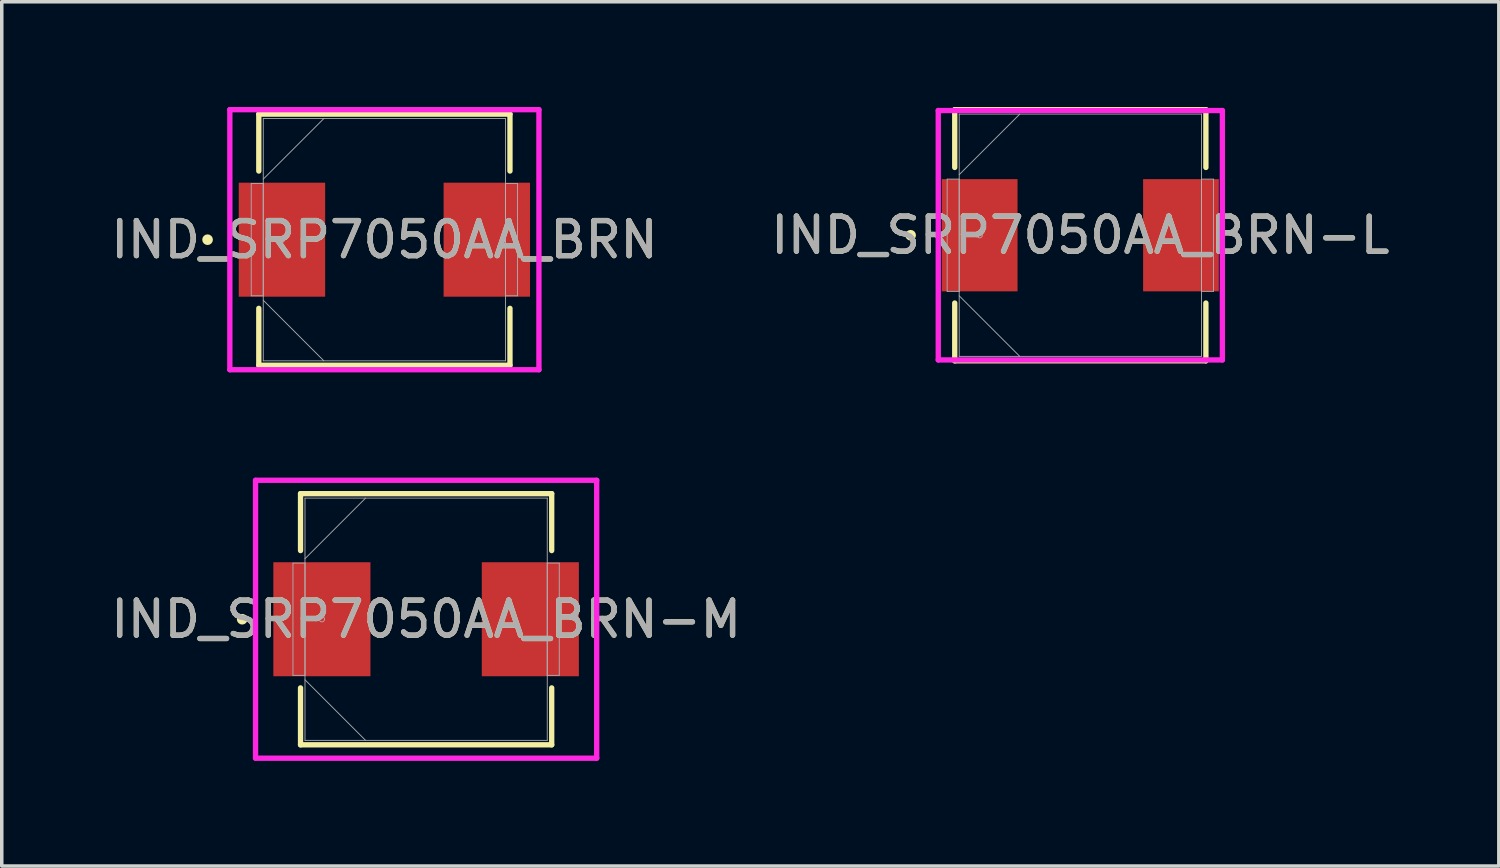
<source format=kicad_pcb>
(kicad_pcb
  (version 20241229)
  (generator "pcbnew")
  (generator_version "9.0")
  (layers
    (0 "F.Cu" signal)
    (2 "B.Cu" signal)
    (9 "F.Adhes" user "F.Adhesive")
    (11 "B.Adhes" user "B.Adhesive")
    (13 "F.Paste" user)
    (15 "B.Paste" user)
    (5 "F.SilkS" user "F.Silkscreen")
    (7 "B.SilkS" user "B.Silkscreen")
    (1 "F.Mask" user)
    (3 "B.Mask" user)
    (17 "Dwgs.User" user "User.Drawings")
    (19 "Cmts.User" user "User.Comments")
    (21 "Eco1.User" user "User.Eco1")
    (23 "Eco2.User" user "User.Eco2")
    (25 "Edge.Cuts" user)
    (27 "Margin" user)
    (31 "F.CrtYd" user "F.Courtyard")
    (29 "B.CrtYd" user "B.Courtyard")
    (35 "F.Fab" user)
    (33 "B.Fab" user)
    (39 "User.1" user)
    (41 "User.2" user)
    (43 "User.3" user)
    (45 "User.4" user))
  (footprint "IND_SRP7050AA_BRN-L"
    (layer "F.Cu")
    (at 27.756 3.658)
    (property "Reference" "IND_SRP7050AA_BRN-L" (at 0 0 0) (unlocked yes) (layer "F.SilkS") (effects (font (size 1 1) (thickness 0.15))))
    (attr smd)
    (fp_line (start -3.581 -3.581) (end -3.581 -1.933) (stroke (width 0.152) (type solid)) (layer "F.SilkS"))
    (fp_line (start -3.581 1.933) (end -3.581 3.581) (stroke (width 0.152) (type solid)) (layer "F.SilkS"))
    (fp_line (start -3.581 3.581) (end 3.581 3.581) (stroke (width 0.152) (type solid)) (layer "F.SilkS"))
    (fp_line (start 3.581 -3.581) (end -3.581 -3.581) (stroke (width 0.152) (type solid)) (layer "F.SilkS"))
    (fp_line (start 3.581 -1.933) (end 3.581 -3.581) (stroke (width 0.152) (type solid)) (layer "F.SilkS"))
    (fp_line (start 3.581 3.581) (end 3.581 1.933) (stroke (width 0.152) (type solid)) (layer "F.SilkS"))
    (fp_circle (center -4.839 0) (end -4.763 0) (stroke (width 0.152) (type solid)) (fill no) (layer "F.SilkS"))
    (fp_line (start -4.051 -3.556) (end 4.051 -3.556) (stroke (width 0.152) (type solid)) (layer "F.CrtYd"))
    (fp_line (start -4.051 3.556) (end -4.051 -3.556) (stroke (width 0.152) (type solid)) (layer "F.CrtYd"))
    (fp_line (start 4.051 -3.556) (end 4.051 3.556) (stroke (width 0.152) (type solid)) (layer "F.CrtYd"))
    (fp_line (start 4.051 3.556) (end -4.051 3.556) (stroke (width 0.152) (type solid)) (layer "F.CrtYd"))
    (fp_line (start -3.797 -1.6) (end -3.797 1.6) (stroke (width 0.025) (type solid)) (layer "F.Fab"))
    (fp_line (start -3.797 1.6) (end -3.454 1.6) (stroke (width 0.025) (type solid)) (layer "F.Fab"))
    (fp_line (start -3.454 -3.454) (end -3.454 3.454) (stroke (width 0.025) (type solid)) (layer "F.Fab"))
    (fp_line (start -3.454 -1.727) (end -1.727 -3.454) (stroke (width 0.025) (type solid)) (layer "F.Fab"))
    (fp_line (start -3.454 -1.6) (end -3.797 -1.6) (stroke (width 0.025) (type solid)) (layer "F.Fab"))
    (fp_line (start -3.454 1.6) (end -3.454 -1.6) (stroke (width 0.025) (type solid)) (layer "F.Fab"))
    (fp_line (start -3.454 1.727) (end -1.727 3.454) (stroke (width 0.025) (type solid)) (layer "F.Fab"))
    (fp_line (start -3.454 3.454) (end 3.454 3.454) (stroke (width 0.025) (type solid)) (layer "F.Fab"))
    (fp_line (start 3.454 -3.454) (end -3.454 -3.454) (stroke (width 0.025) (type solid)) (layer "F.Fab"))
    (fp_line (start 3.454 -1.6) (end 3.454 1.6) (stroke (width 0.025) (type solid)) (layer "F.Fab"))
    (fp_line (start 3.454 1.6) (end 3.797 1.6) (stroke (width 0.025) (type solid)) (layer "F.Fab"))
    (fp_line (start 3.454 3.454) (end 3.454 -3.454) (stroke (width 0.025) (type solid)) (layer "F.Fab"))
    (fp_line (start 3.797 -1.6) (end 3.454 -1.6) (stroke (width 0.025) (type solid)) (layer "F.Fab"))
    (fp_line (start 3.797 1.6) (end 3.797 -1.6) (stroke (width 0.025) (type solid)) (layer "F.Fab"))
    (fp_circle (center -2.87 0) (end -2.794 0) (stroke (width 0.025) (type solid)) (fill no) (layer "F.Fab"))
    (fp_text user "${REFERENCE}" (at 0 0 0) (unlocked yes) (layer "F.Fab") (effects (font (size 1 1) (thickness 0.15))))
    (pad "1" smd rect (at -2.87 0) (size 2.159 3.2) (layers "F.Cu" "F.Mask" "F.Paste"))
    (pad "2" smd rect (at 2.87 0) (size 2.159 3.2) (layers "F.Cu" "F.Mask" "F.Paste"))
    (zone (net_name "") (layer "F.Cu") (hatch full 0.508) (connect_pads) (min_thickness 0.254) (filled_areas_thickness no) (keepout (tracks not_allowed) (vias not_allowed) (pads allowed) (copperpour not_allowed) (footprints allowed)) (placement (enabled no)) (fill) (polygon (pts (xy 26.016 0.254) (xy 29.496 0.254) (xy 29.496 7.061) (xy 26.016 7.061)))))
  (footprint "IND_SRP7050AA_BRN"
    (layer "F.Cu")
    (at 7.911 3.785)
    (property "Reference" "IND_SRP7050AA_BRN" (at 0 0 0) (unlocked yes) (layer "F.SilkS") (effects (font (size 1 1) (thickness 0.15))))
    (attr smd)
    (fp_line (start -3.581 -3.581) (end -3.581 -1.958) (stroke (width 0.152) (type solid)) (layer "F.SilkS"))
    (fp_line (start -3.581 1.958) (end -3.581 3.581) (stroke (width 0.152) (type solid)) (layer "F.SilkS"))
    (fp_line (start -3.581 3.581) (end 3.581 3.581) (stroke (width 0.152) (type solid)) (layer "F.SilkS"))
    (fp_line (start 3.581 -3.581) (end -3.581 -3.581) (stroke (width 0.152) (type solid)) (layer "F.SilkS"))
    (fp_line (start 3.581 -1.958) (end 3.581 -3.581) (stroke (width 0.152) (type solid)) (layer "F.SilkS"))
    (fp_line (start 3.581 3.581) (end 3.581 1.958) (stroke (width 0.152) (type solid)) (layer "F.SilkS"))
    (fp_circle (center -5.042 0) (end -4.966 0) (stroke (width 0.152) (type solid)) (fill no) (layer "F.SilkS"))
    (fp_line (start -4.407 -3.708) (end 4.407 -3.708) (stroke (width 0.152) (type solid)) (layer "F.CrtYd"))
    (fp_line (start -4.407 3.708) (end -4.407 -3.708) (stroke (width 0.152) (type solid)) (layer "F.CrtYd"))
    (fp_line (start 4.407 -3.708) (end 4.407 3.708) (stroke (width 0.152) (type solid)) (layer "F.CrtYd"))
    (fp_line (start 4.407 3.708) (end -4.407 3.708) (stroke (width 0.152) (type solid)) (layer "F.CrtYd"))
    (fp_line (start -3.797 -1.6) (end -3.797 1.6) (stroke (width 0.025) (type solid)) (layer "F.Fab"))
    (fp_line (start -3.797 1.6) (end -3.454 1.6) (stroke (width 0.025) (type solid)) (layer "F.Fab"))
    (fp_line (start -3.454 -3.454) (end -3.454 3.454) (stroke (width 0.025) (type solid)) (layer "F.Fab"))
    (fp_line (start -3.454 -1.727) (end -1.727 -3.454) (stroke (width 0.025) (type solid)) (layer "F.Fab"))
    (fp_line (start -3.454 -1.6) (end -3.797 -1.6) (stroke (width 0.025) (type solid)) (layer "F.Fab"))
    (fp_line (start -3.454 1.6) (end -3.454 -1.6) (stroke (width 0.025) (type solid)) (layer "F.Fab"))
    (fp_line (start -3.454 1.727) (end -1.727 3.454) (stroke (width 0.025) (type solid)) (layer "F.Fab"))
    (fp_line (start -3.454 3.454) (end 3.454 3.454) (stroke (width 0.025) (type solid)) (layer "F.Fab"))
    (fp_line (start 3.454 -3.454) (end -3.454 -3.454) (stroke (width 0.025) (type solid)) (layer "F.Fab"))
    (fp_line (start 3.454 -1.6) (end 3.454 1.6) (stroke (width 0.025) (type solid)) (layer "F.Fab"))
    (fp_line (start 3.454 1.6) (end 3.797 1.6) (stroke (width 0.025) (type solid)) (layer "F.Fab"))
    (fp_line (start 3.454 3.454) (end 3.454 -3.454) (stroke (width 0.025) (type solid)) (layer "F.Fab"))
    (fp_line (start 3.797 -1.6) (end 3.454 -1.6) (stroke (width 0.025) (type solid)) (layer "F.Fab"))
    (fp_line (start 3.797 1.6) (end 3.797 -1.6) (stroke (width 0.025) (type solid)) (layer "F.Fab"))
    (fp_circle (center -2.921 0) (end -2.845 0) (stroke (width 0.025) (type solid)) (fill no) (layer "F.Fab"))
    (fp_text user "${REFERENCE}" (at 0 0 0) (unlocked yes) (layer "F.Fab") (effects (font (size 1 1) (thickness 0.15))))
    (pad "1" smd rect (at -2.921 0) (size 2.464 3.251) (layers "F.Cu" "F.Mask" "F.Paste"))
    (pad "2" smd rect (at 2.921 0) (size 2.464 3.251) (layers "F.Cu" "F.Mask" "F.Paste"))
    (zone (net_name "") (layer "F.Cu") (hatch full 0.508) (connect_pads) (min_thickness 0.254) (filled_areas_thickness no) (keepout (tracks not_allowed) (vias not_allowed) (pads allowed) (copperpour not_allowed) (footprints allowed)) (placement (enabled no)) (fill) (polygon (pts (xy 6.272 0.381) (xy 9.549 0.381) (xy 9.549 7.188) (xy 6.272 7.188)))))
  (footprint "IND_SRP7050AA_BRN-M"
    (layer "F.Cu")
    (at 9.101 14.608)
    (property "Reference" "IND_SRP7050AA_BRN-M" (at 0 0 0) (unlocked yes) (layer "F.SilkS") (effects (font (size 1 1) (thickness 0.15))))
    (attr smd)
    (fp_line (start -3.581 -3.581) (end -3.581 -1.958) (stroke (width 0.152) (type solid)) (layer "F.SilkS"))
    (fp_line (start -3.581 1.958) (end -3.581 3.581) (stroke (width 0.152) (type solid)) (layer "F.SilkS"))
    (fp_line (start -3.581 3.581) (end 3.581 3.581) (stroke (width 0.152) (type solid)) (layer "F.SilkS"))
    (fp_line (start 3.581 -3.581) (end -3.581 -3.581) (stroke (width 0.152) (type solid)) (layer "F.SilkS"))
    (fp_line (start 3.581 -1.958) (end 3.581 -3.581) (stroke (width 0.152) (type solid)) (layer "F.SilkS"))
    (fp_line (start 3.581 3.581) (end 3.581 1.958) (stroke (width 0.152) (type solid)) (layer "F.SilkS"))
    (fp_circle (center -5.245 0) (end -5.169 0) (stroke (width 0.152) (type solid)) (fill no) (layer "F.SilkS"))
    (fp_line (start -4.864 -3.962) (end 4.864 -3.962) (stroke (width 0.152) (type solid)) (layer "F.CrtYd"))
    (fp_line (start -4.864 3.962) (end -4.864 -3.962) (stroke (width 0.152) (type solid)) (layer "F.CrtYd"))
    (fp_line (start 4.864 -3.962) (end 4.864 3.962) (stroke (width 0.152) (type solid)) (layer "F.CrtYd"))
    (fp_line (start 4.864 3.962) (end -4.864 3.962) (stroke (width 0.152) (type solid)) (layer "F.CrtYd"))
    (fp_line (start -3.797 -1.6) (end -3.797 1.6) (stroke (width 0.025) (type solid)) (layer "F.Fab"))
    (fp_line (start -3.797 1.6) (end -3.454 1.6) (stroke (width 0.025) (type solid)) (layer "F.Fab"))
    (fp_line (start -3.454 -3.454) (end -3.454 3.454) (stroke (width 0.025) (type solid)) (layer "F.Fab"))
    (fp_line (start -3.454 -1.727) (end -1.727 -3.454) (stroke (width 0.025) (type solid)) (layer "F.Fab"))
    (fp_line (start -3.454 -1.6) (end -3.797 -1.6) (stroke (width 0.025) (type solid)) (layer "F.Fab"))
    (fp_line (start -3.454 1.6) (end -3.454 -1.6) (stroke (width 0.025) (type solid)) (layer "F.Fab"))
    (fp_line (start -3.454 1.727) (end -1.727 3.454) (stroke (width 0.025) (type solid)) (layer "F.Fab"))
    (fp_line (start -3.454 3.454) (end 3.454 3.454) (stroke (width 0.025) (type solid)) (layer "F.Fab"))
    (fp_line (start 3.454 -3.454) (end -3.454 -3.454) (stroke (width 0.025) (type solid)) (layer "F.Fab"))
    (fp_line (start 3.454 -1.6) (end 3.454 1.6) (stroke (width 0.025) (type solid)) (layer "F.Fab"))
    (fp_line (start 3.454 1.6) (end 3.797 1.6) (stroke (width 0.025) (type solid)) (layer "F.Fab"))
    (fp_line (start 3.454 3.454) (end 3.454 -3.454) (stroke (width 0.025) (type solid)) (layer "F.Fab"))
    (fp_line (start 3.797 -1.6) (end 3.454 -1.6) (stroke (width 0.025) (type solid)) (layer "F.Fab"))
    (fp_line (start 3.797 1.6) (end 3.797 -1.6) (stroke (width 0.025) (type solid)) (layer "F.Fab"))
    (fp_circle (center -2.972 0) (end -2.896 0) (stroke (width 0.025) (type solid)) (fill no) (layer "F.Fab"))
    (fp_text user "${REFERENCE}" (at 0 0 0) (unlocked yes) (layer "F.Fab") (effects (font (size 1 1) (thickness 0.15))))
    (pad "1" smd rect (at -2.972 0) (size 2.769 3.251) (layers "F.Cu" "F.Mask" "F.Paste"))
    (pad "2" smd rect (at 2.972 0) (size 2.769 3.251) (layers "F.Cu" "F.Mask" "F.Paste"))
    (zone (net_name "") (layer "F.Cu") (hatch full 0.508) (connect_pads) (min_thickness 0.254) (filled_areas_thickness no) (keepout (tracks not_allowed) (vias not_allowed) (pads allowed) (copperpour not_allowed) (footprints allowed)) (placement (enabled no)) (fill) (polygon (pts (xy 7.564 11.204) (xy 10.638 11.204) (xy 10.638 18.011) (xy 7.564 18.011)))))
  (gr_rect
    (start -3 -3)
    (end 39.69 21.646)
    (stroke (width 0.1) (type default))
    (fill no)
    (layer "Edge.Cuts")))
</source>
